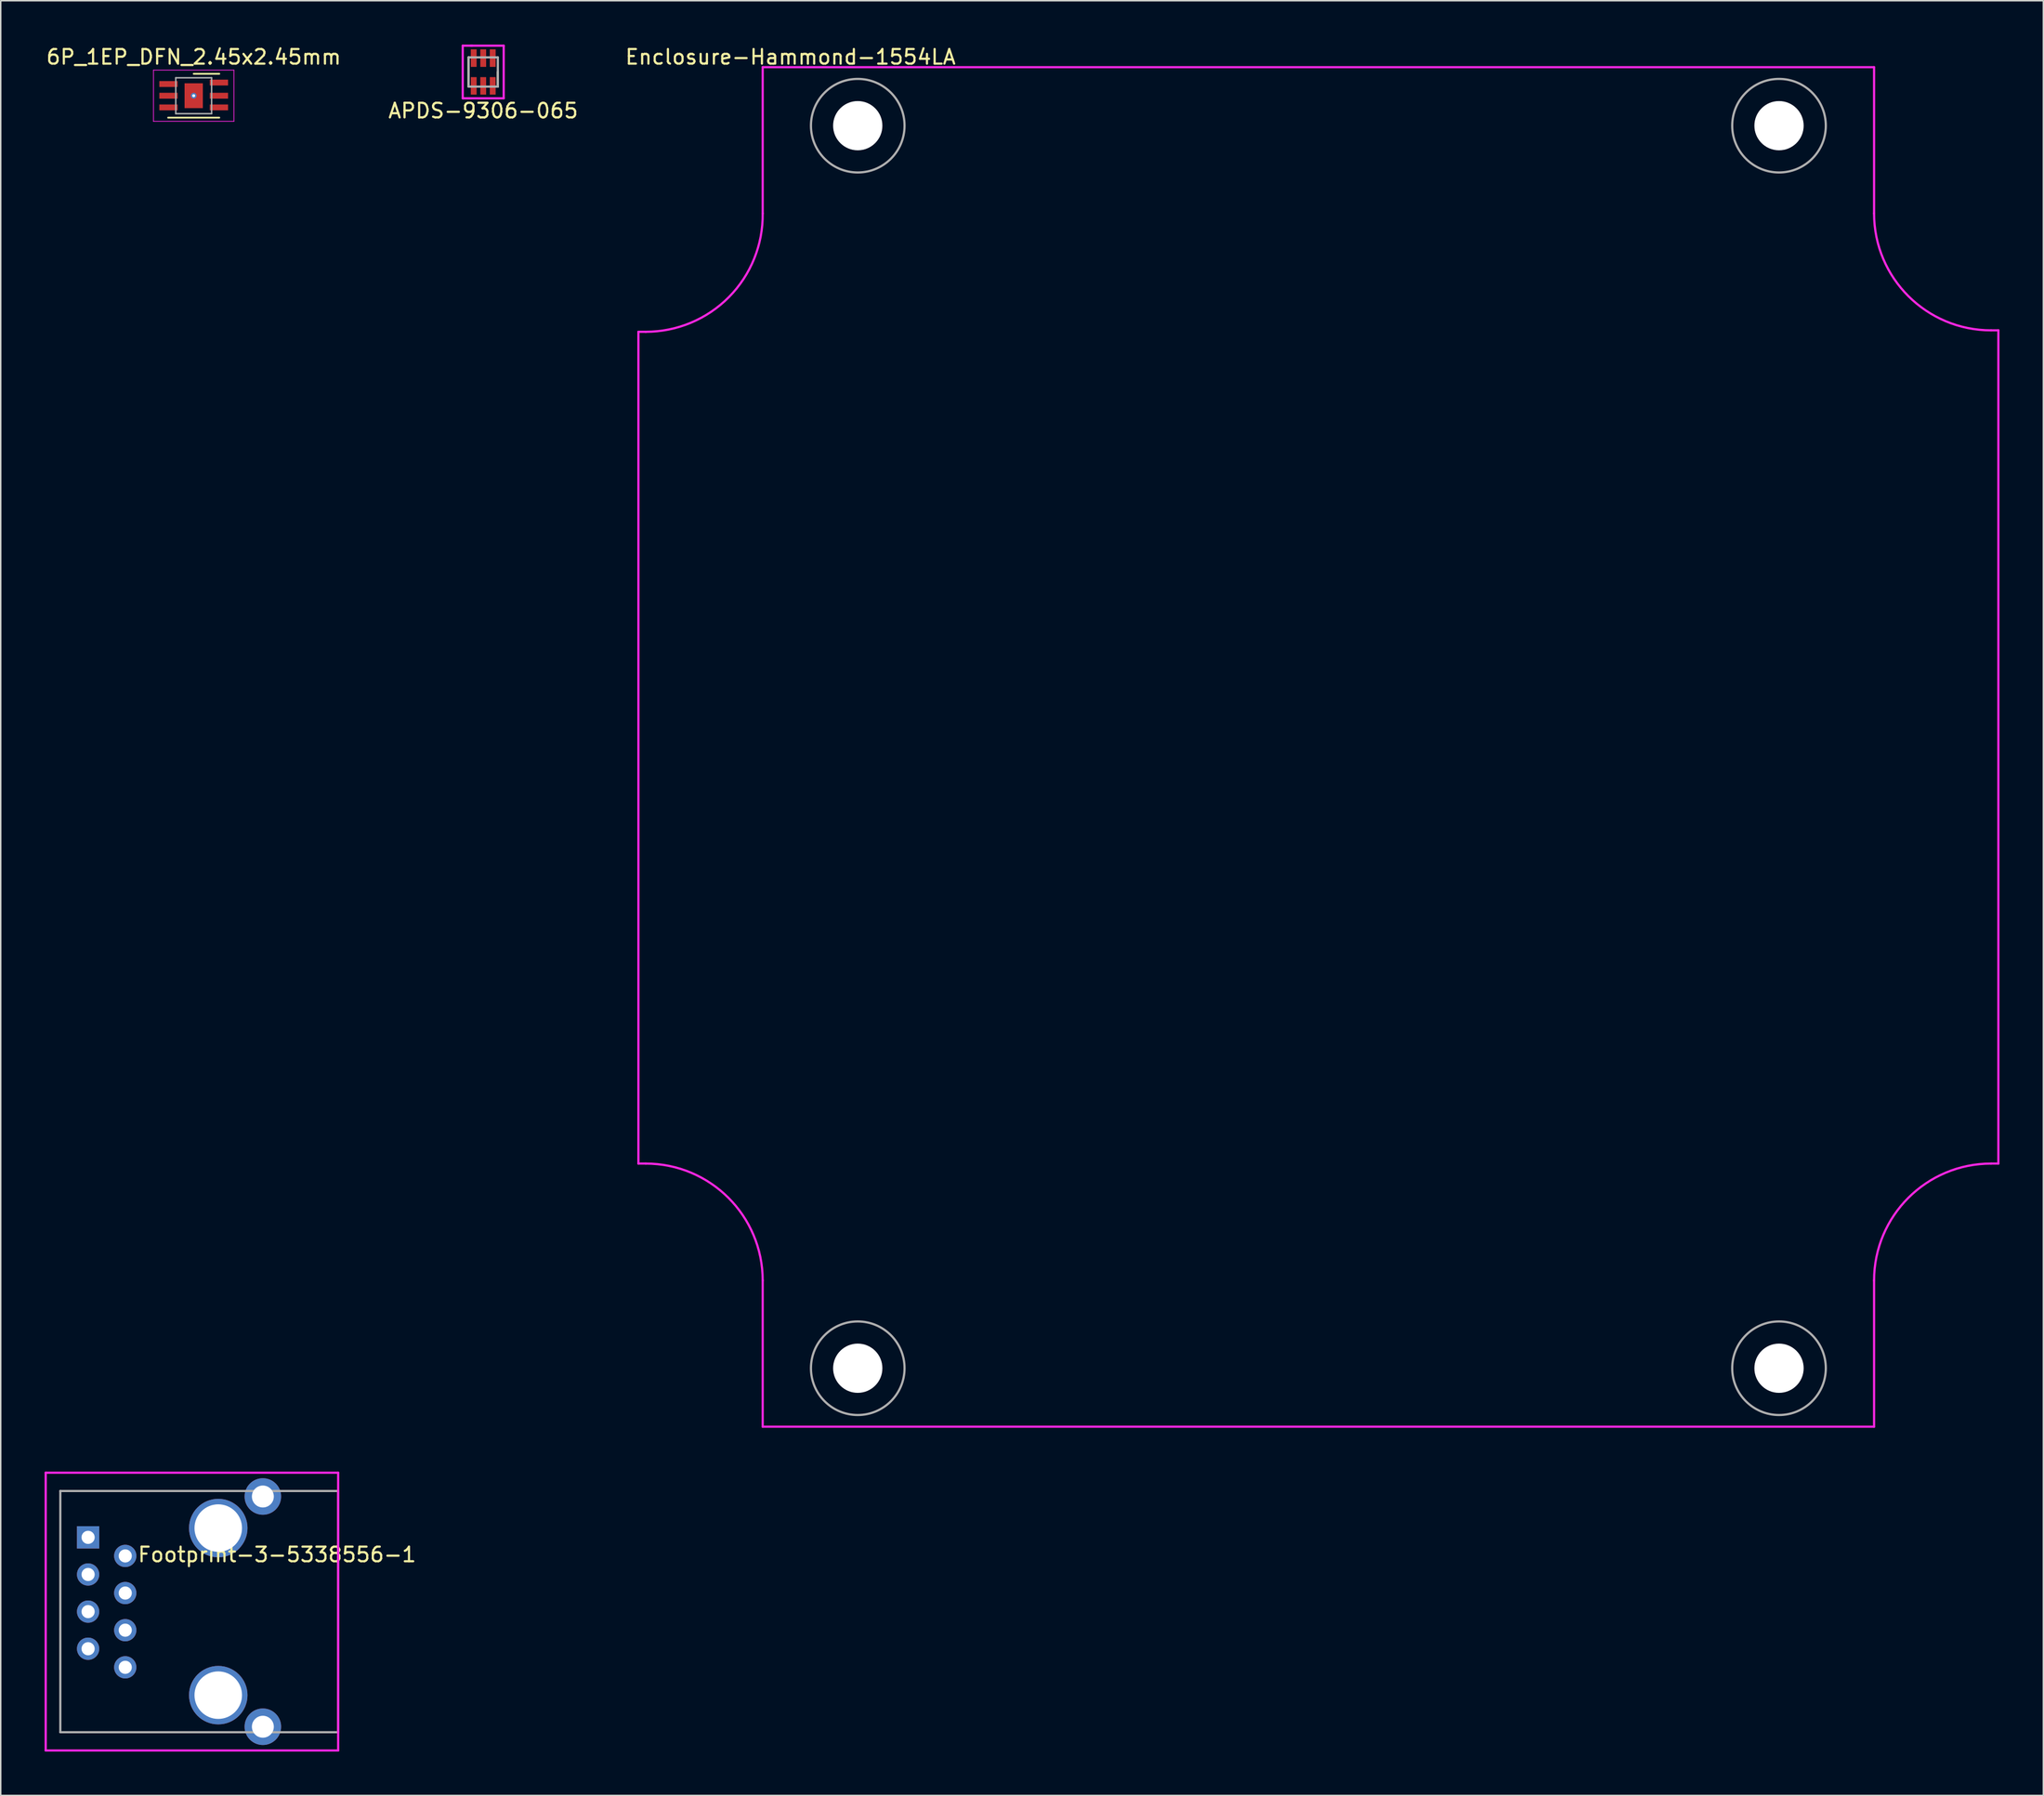
<source format=kicad_pcb>
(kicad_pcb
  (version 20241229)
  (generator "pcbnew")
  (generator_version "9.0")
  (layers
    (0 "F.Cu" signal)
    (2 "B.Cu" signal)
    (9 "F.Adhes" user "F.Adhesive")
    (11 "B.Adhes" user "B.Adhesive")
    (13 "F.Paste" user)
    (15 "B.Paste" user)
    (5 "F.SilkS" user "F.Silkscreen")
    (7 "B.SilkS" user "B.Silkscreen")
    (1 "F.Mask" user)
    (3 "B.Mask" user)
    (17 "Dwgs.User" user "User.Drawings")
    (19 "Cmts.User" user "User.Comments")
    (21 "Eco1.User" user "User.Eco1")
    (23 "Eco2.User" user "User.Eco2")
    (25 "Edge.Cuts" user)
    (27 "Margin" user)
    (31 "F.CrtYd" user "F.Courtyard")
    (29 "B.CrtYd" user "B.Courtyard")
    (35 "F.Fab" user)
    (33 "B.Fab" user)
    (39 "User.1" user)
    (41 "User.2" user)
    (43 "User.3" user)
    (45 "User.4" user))
  (footprint "APDS-9306-065"
    (layer "F.Cu")
    (at 29.994 1.875)
    (property "Reference" "APDS-9306-065" (at 0 2.65 180) (layer "F.SilkS") (effects (font (size 1 1) (thickness 0.15))))
    (attr through_hole)
    (fp_line (start -1 -1) (end -1 1) (stroke (width 0.15) (type solid)) (layer "F.SilkS"))
    (fp_line (start 1 1) (end 1 0) (stroke (width 0.15) (type solid)) (layer "F.SilkS"))
    (fp_line (start -1.4 -1.8) (end -0.75 -1.8) (stroke (width 0.15) (type solid)) (layer "F.CrtYd"))
    (fp_line (start -1.4 1.8) (end -1.4 -1.8) (stroke (width 0.15) (type solid)) (layer "F.CrtYd"))
    (fp_line (start -1.35 1.8) (end -1.4 1.8) (stroke (width 0.15) (type solid)) (layer "F.CrtYd"))
    (fp_line (start -0.85 -1.8) (end 1.4 -1.8) (stroke (width 0.15) (type solid)) (layer "F.CrtYd"))
    (fp_line (start 1.4 -1.8) (end 1.4 1.8) (stroke (width 0.15) (type solid)) (layer "F.CrtYd"))
    (fp_line (start 1.4 1.8) (end -1.35 1.8) (stroke (width 0.15) (type solid)) (layer "F.CrtYd"))
    (fp_line (start -1 -1) (end -1 1) (stroke (width 0.15) (type solid)) (layer "F.Fab"))
    (fp_line (start -1 -1) (end 1 -1) (stroke (width 0.15) (type solid)) (layer "F.Fab"))
    (fp_line (start -1 1) (end 1 1) (stroke (width 0.15) (type solid)) (layer "F.Fab"))
    (fp_line (start 1 -1) (end 1 1) (stroke (width 0.15) (type solid)) (layer "F.Fab"))
    (pad "1" smd rect (at 0.65 -0.95) (size 0.4 1.2) (layers "F.Cu" "F.Mask" "F.Paste"))
    (pad "2" smd rect (at 0 -0.95) (size 0.4 1.2) (layers "F.Cu" "F.Mask" "F.Paste"))
    (pad "3" smd rect (at -0.65 -0.95) (size 0.4 1.2) (layers "F.Cu" "F.Mask" "F.Paste"))
    (pad "4" smd rect (at -0.65 0.95) (size 0.4 1.2) (layers "F.Cu" "F.Mask" "F.Paste"))
    (pad "5" smd rect (at 0 0.95) (size 0.4 1.2) (layers "F.Cu" "F.Mask" "F.Paste"))
    (pad "6" smd rect (at 0.65 0.95) (size 0.4 1.2) (layers "F.Cu" "F.Mask" "F.Paste")))
  (footprint "Footprint-3-5338556-1"
    (layer "F.Cu")
    (at 4.245 107.198)
    (property "Reference" "Footprint-3-5338556-1" (at 11.65 -3.9 0) (layer "F.SilkS") (effects (font (size 1 1) (thickness 0.15))))
    (attr through_hole)
    (fp_line (start -4.17 -9.5) (end 15.83 -9.5) (stroke (width 0.15) (type solid)) (layer "F.CrtYd"))
    (fp_line (start -4.17 9.5) (end -4.17 -9.5) (stroke (width 0.15) (type solid)) (layer "F.CrtYd"))
    (fp_line (start 15.83 -9.5) (end 15.83 9.5) (stroke (width 0.15) (type solid)) (layer "F.CrtYd"))
    (fp_line (start 15.83 9.5) (end -4.17 9.5) (stroke (width 0.15) (type solid)) (layer "F.CrtYd"))
    (fp_line (start -3.17 -8.25) (end 15.83 -8.25) (stroke (width 0.15) (type solid)) (layer "F.Fab"))
    (fp_line (start -3.17 8.25) (end -3.17 -8.25) (stroke (width 0.15) (type solid)) (layer "F.Fab"))
    (fp_line (start 15.83 -8.25) (end 15.83 8.25) (stroke (width 0.15) (type solid)) (layer "F.Fab"))
    (fp_line (start 15.83 8.25) (end -3.17 8.25) (stroke (width 0.15) (type solid)) (layer "F.Fab"))
    (pad "" np_thru_hole circle (at 7.63 -5.715) (size 4 4) (drill 3.25) (layers "*.Cu" "*.Mask"))
    (pad "" np_thru_hole circle (at 7.63 5.715) (size 4 4) (drill 3.25) (layers "*.Cu" "*.Mask"))
    (pad "1" thru_hole rect (at -1.27 -5.08) (size 1.524 1.524) (drill 0.9) (layers "*.Cu" "*.Mask"))
    (pad "2" thru_hole circle (at 1.27 -3.81) (size 1.524 1.524) (drill 0.9) (layers "*.Cu" "*.Mask"))
    (pad "3" thru_hole circle (at -1.27 -2.54) (size 1.524 1.524) (drill 0.9) (layers "*.Cu" "*.Mask"))
    (pad "4" thru_hole circle (at 1.27 -1.27) (size 1.524 1.524) (drill 0.9) (layers "*.Cu" "*.Mask"))
    (pad "5" thru_hole circle (at -1.27 0) (size 1.524 1.524) (drill 0.9) (layers "*.Cu" "*.Mask"))
    (pad "6" thru_hole circle (at 1.27 1.27) (size 1.524 1.524) (drill 0.9) (layers "*.Cu" "*.Mask"))
    (pad "7" thru_hole circle (at -1.27 2.54) (size 1.524 1.524) (drill 0.9) (layers "*.Cu" "*.Mask"))
    (pad "8" thru_hole circle (at 1.27 3.81) (size 1.524 1.524) (drill 0.9) (layers "*.Cu" "*.Mask"))
    (pad "SH" thru_hole circle (at 10.68 -7.875) (size 2.5 2.5) (drill 1.5) (layers "*.Cu" "*.Mask"))
    (pad "SH" thru_hole circle (at 10.68 7.875) (size 2.5 2.5) (drill 1.5) (layers "*.Cu" "*.Mask")))
  (footprint "6P_1EP_DFN_2.45x2.45mm"
    (layer "F.Cu")
    (at 10.196 3.498)
    (property "Reference" "6P_1EP_DFN_2.45x2.45mm" (at 0 -2.65 0) (layer "F.SilkS") (effects (font (size 1 1) (thickness 0.15))))
    (attr through_hole)
    (fp_line (start 1.75 -1.5) (end 0 -1.5) (stroke (width 0.12) (type solid)) (layer "F.SilkS"))
    (fp_line (start 1.75 1.5) (end -1.75 1.5) (stroke (width 0.12) (type solid)) (layer "F.SilkS"))
    (fp_line (start -2.75 -1.75) (end 2.75 -1.75) (stroke (width 0.05) (type solid)) (layer "F.CrtYd"))
    (fp_line (start -2.75 1.75) (end -2.75 -1.75) (stroke (width 0.05) (type solid)) (layer "F.CrtYd"))
    (fp_line (start 2.75 -1.75) (end 2.75 1.75) (stroke (width 0.05) (type solid)) (layer "F.CrtYd"))
    (fp_line (start 2.75 1.75) (end -2.75 1.75) (stroke (width 0.05) (type solid)) (layer "F.CrtYd"))
    (fp_line (start -1.225 -1.225) (end -1.225 1.225) (stroke (width 0.1) (type solid)) (layer "F.Fab"))
    (fp_line (start -1.225 -1.225) (end 1.225 -1.225) (stroke (width 0.1) (type solid)) (layer "F.Fab"))
    (fp_line (start 1.225 -1.225) (end 1.225 1.225) (stroke (width 0.1) (type solid)) (layer "F.Fab"))
    (fp_line (start 1.225 1.225) (end -1.225 1.225) (stroke (width 0.1) (type solid)) (layer "F.Fab"))
    (pad "1" smd rect (at -1.725 -0.8) (size 1.25 0.4) (layers "F.Cu" "F.Mask" "F.Paste"))
    (pad "2" smd rect (at -1.725 0) (size 1.25 0.4) (layers "F.Cu" "F.Mask" "F.Paste"))
    (pad "3" smd rect (at -1.725 0.8) (size 1.25 0.4) (layers "F.Cu" "F.Mask" "F.Paste"))
    (pad "4" smd rect (at 1.725 0.8) (size 1.25 0.4) (layers "F.Cu" "F.Mask" "F.Paste"))
    (pad "5" smd rect (at 1.725 0) (size 1.25 0.4) (layers "F.Cu" "F.Mask" "F.Paste"))
    (pad "6" smd rect (at 1.725 -0.9) (size 1.25 0.4) (layers "F.Cu" "F.Mask" "F.Paste"))
    (pad "7" thru_hole circle (at 0 0) (size 0.4 0.4) (drill 0.2) (layers "*.Cu" "*.Mask"))
    (pad "7" smd rect (at 0 0) (size 1.25 1.7) (layers "F.Cu" "F.Mask" "F.Paste")))
  (footprint "Enclosure-Hammond-1554LA"
    (layer "F.Cu")
    (at 87.106 48.048)
    (property "Reference" "Enclosure-Hammond-1554LA" (at -36.1 -47.2 0) (layer "F.SilkS") (effects (font (size 1 1) (thickness 0.15))))
    (attr through_hole)
    (fp_line (start -46.5 -28.4) (end -46.5 28.5) (stroke (width 0.15) (type solid)) (layer "F.CrtYd"))
    (fp_line (start -46.5 -28.4) (end -46 -28.4) (stroke (width 0.15) (type solid)) (layer "F.CrtYd"))
    (fp_line (start -46 28.5) (end -46.5 28.5) (stroke (width 0.15) (type solid)) (layer "F.CrtYd"))
    (fp_line (start -38 -46.5) (end -38 -36.5) (stroke (width 0.15) (type solid)) (layer "F.CrtYd"))
    (fp_line (start -38 -46.5) (end 38 -46.5) (stroke (width 0.15) (type solid)) (layer "F.CrtYd"))
    (fp_line (start -38 36.5) (end -38 46.5) (stroke (width 0.15) (type solid)) (layer "F.CrtYd"))
    (fp_line (start 38 -46.5) (end 38 -36.5) (stroke (width 0.15) (type solid)) (layer "F.CrtYd"))
    (fp_line (start 38 36.5) (end 38 46.5) (stroke (width 0.15) (type solid)) (layer "F.CrtYd"))
    (fp_line (start 38 46.5) (end -38 46.5) (stroke (width 0.15) (type solid)) (layer "F.CrtYd"))
    (fp_line (start 46.5 -28.5) (end 46 -28.5) (stroke (width 0.15) (type solid)) (layer "F.CrtYd"))
    (fp_line (start 46.5 -28.5) (end 46.5 28.5) (stroke (width 0.15) (type solid)) (layer "F.CrtYd"))
    (fp_line (start 46.5 28.5) (end 46 28.5) (stroke (width 0.15) (type solid)) (layer "F.CrtYd"))
    (fp_arc (start -46 28.5) (mid -40.343146 30.843146) (end -38 36.5) (stroke (width 0.15) (type solid)) (layer "F.CrtYd"))
    (fp_arc (start -38 -36.5) (mid -40.307278 -30.778617) (end -45.999375 -28.400008) (stroke (width 0.15) (type solid)) (layer "F.CrtYd"))
    (fp_arc (start 38 36.5) (mid 40.343146 30.843146) (end 46 28.5) (stroke (width 0.15) (type solid)) (layer "F.CrtYd"))
    (fp_arc (start 46 -28.5) (mid 40.343146 -30.843146) (end 38 -36.5) (stroke (width 0.15) (type solid)) (layer "F.CrtYd"))
    (fp_circle (center -31.5 -42.5) (end -28.3 -42.5) (stroke (width 0.15) (type solid)) (fill no) (layer "F.Fab"))
    (fp_circle (center -31.5 42.5) (end -28.3 42.5) (stroke (width 0.15) (type solid)) (fill no) (layer "F.Fab"))
    (fp_circle (center 31.5 -42.5) (end 34.7 -42.5) (stroke (width 0.15) (type solid)) (fill no) (layer "F.Fab"))
    (fp_circle (center 31.5 42.5) (end 34.7 42.5) (stroke (width 0.15) (type solid)) (fill no) (layer "F.Fab"))
    (pad "" np_thru_hole circle (at -31.5 -42.5) (size 3.37 3.37) (drill 3.37) (layers "*.Cu" "*.Mask"))
    (pad "" np_thru_hole circle (at -31.5 42.5) (size 3.37 3.37) (drill 3.37) (layers "*.Cu" "*.Mask"))
    (pad "" np_thru_hole circle (at 31.5 -42.5) (size 3.37 3.37) (drill 3.37) (layers "*.Cu" "*.Mask"))
    (pad "" np_thru_hole circle (at 31.5 42.5) (size 3.37 3.37) (drill 3.37) (layers "*.Cu" "*.Mask")))
  (gr_rect
    (start -3 -3)
    (end 136.681 119.773)
    (stroke (width 0.1) (type default))
    (fill no)
    (layer "Edge.Cuts")))
</source>
